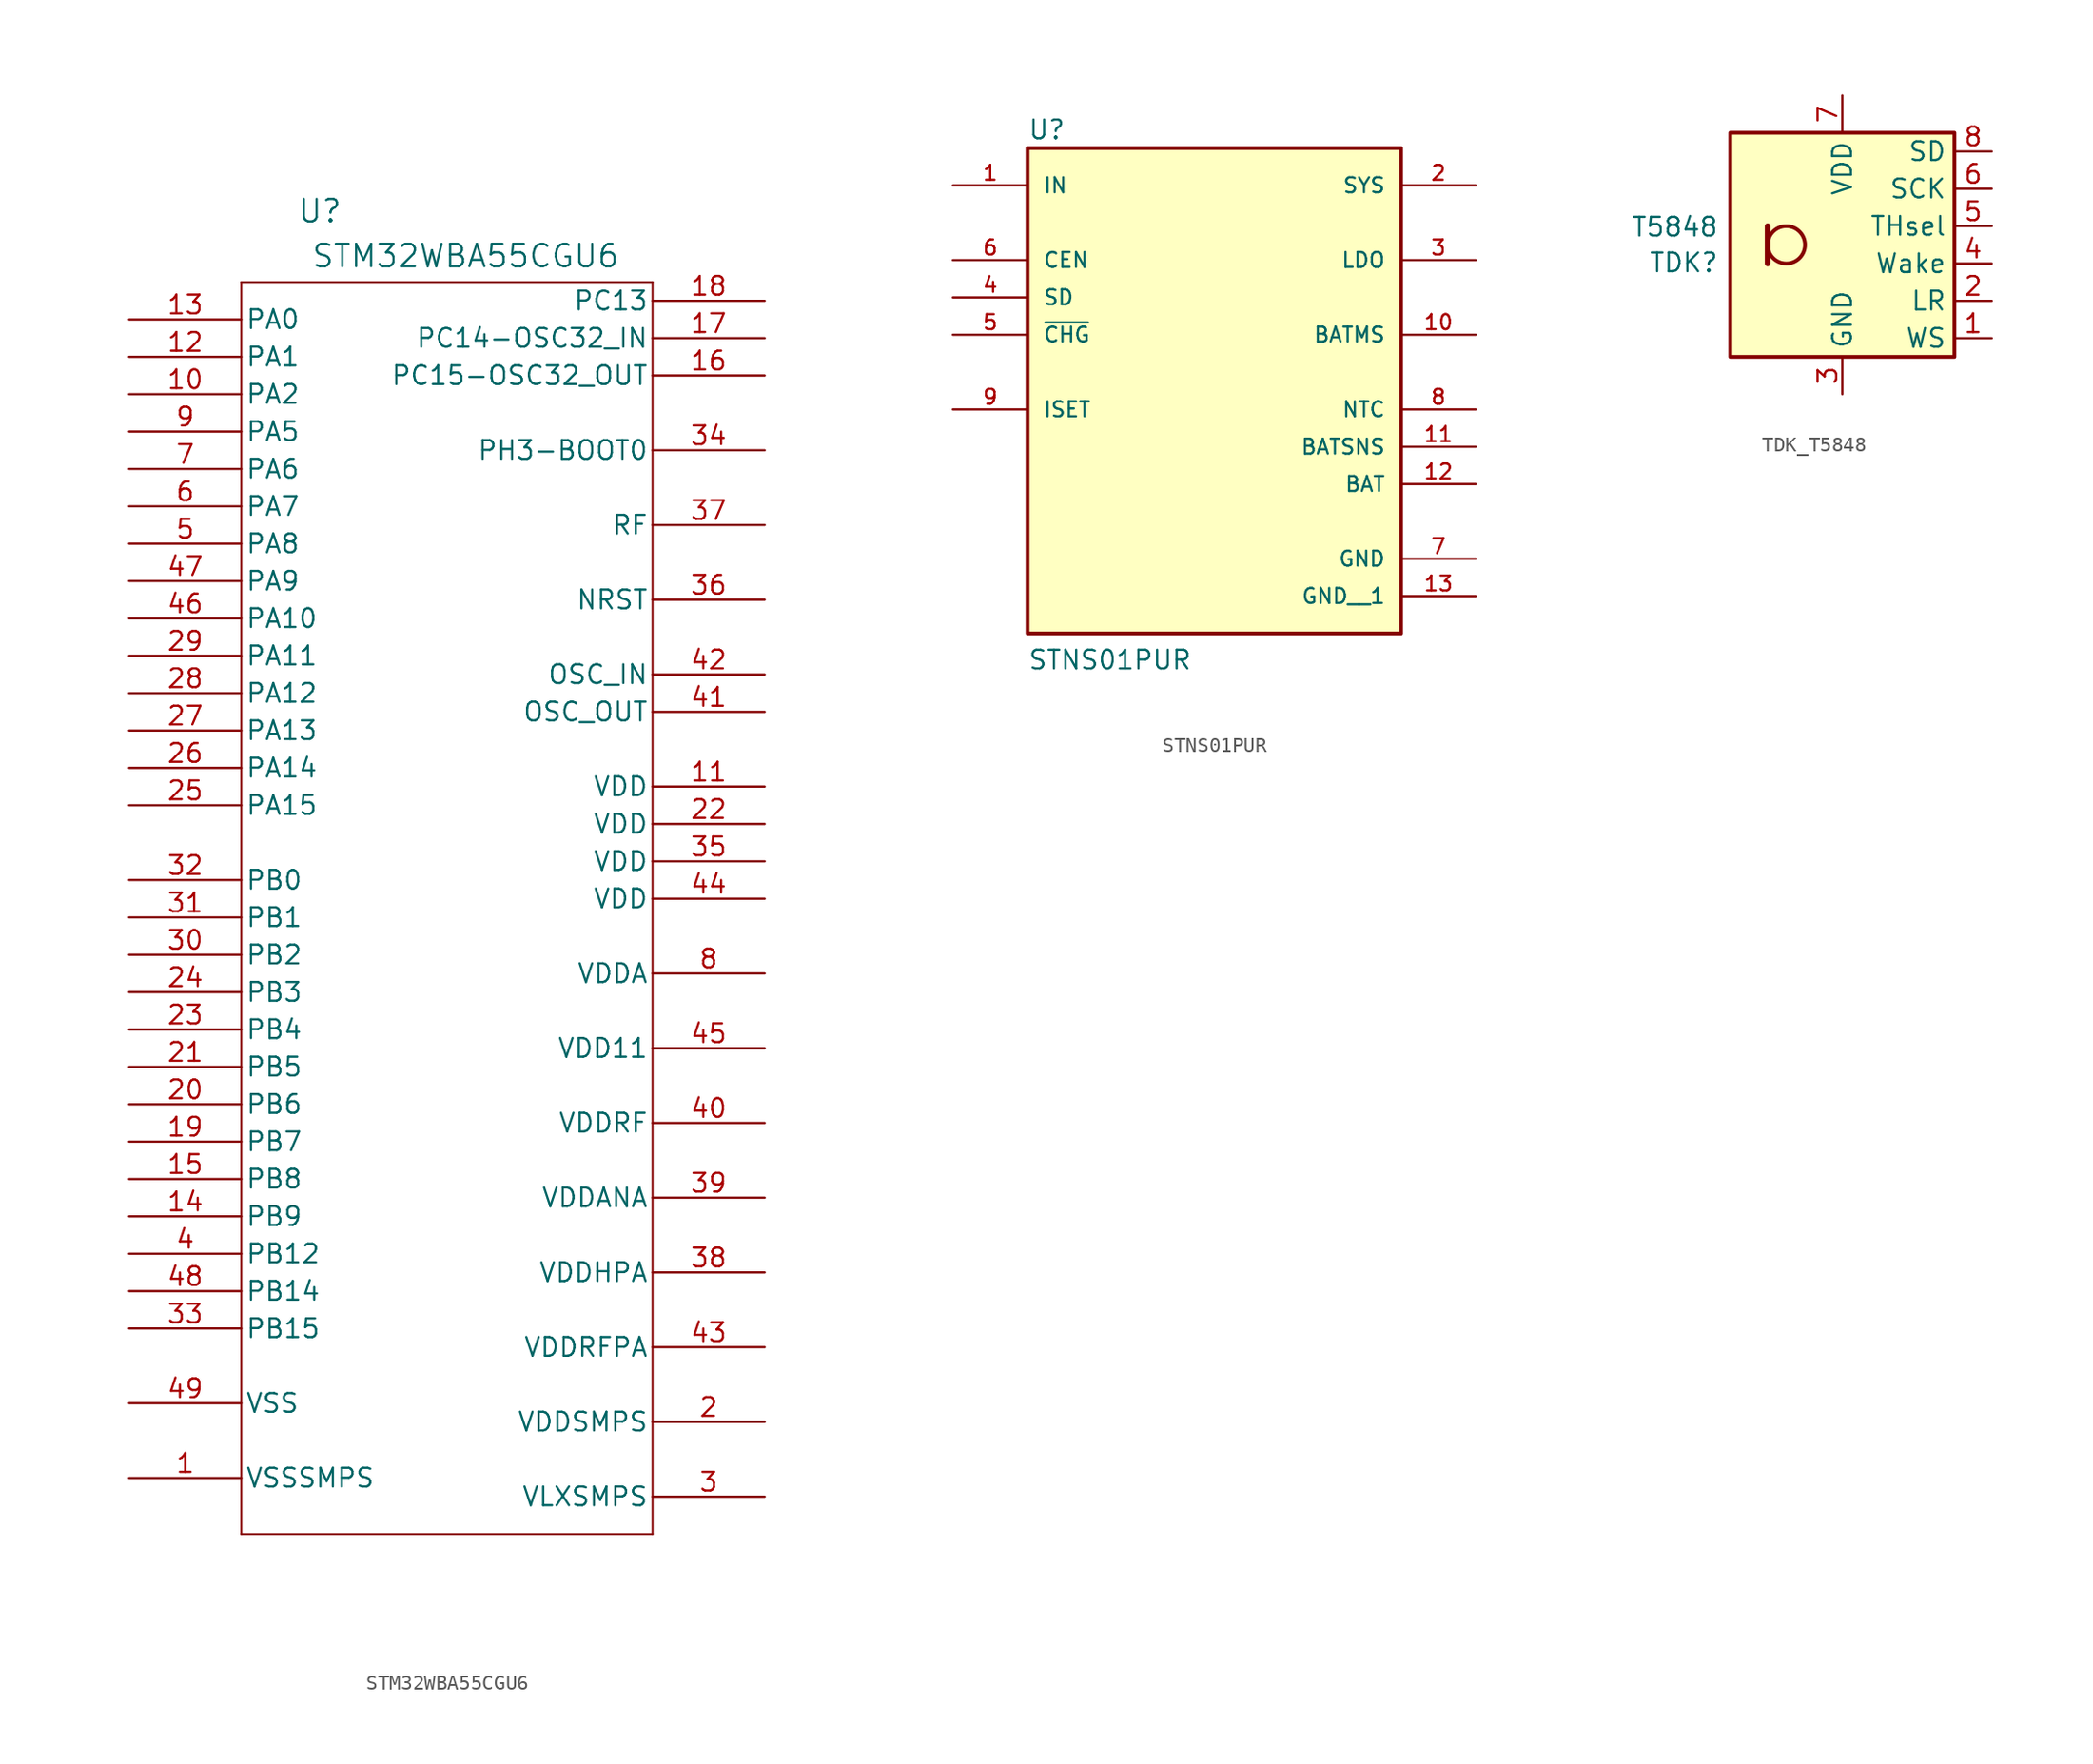
<source format=kicad_sym>
(kicad_symbol_lib
  (version 20231120)
  (generator "kicad_symbol_editor")
  (generator_version "8.0")
  (symbol "STM32WBA55CGU6"
    (pin_names
      (offset 0.254))
    (property "Reference" "U"
      (at 5.334 4.826 0)
      (effects (font (size 1.524 1.524))))
    (property "Value" "STM32WBA55CGU6"
      (at 15.24 1.778 0)
      (effects (font (size 1.524 1.524))))
    (property "ki_locked" ""
      (at 0 0 0)
      (effects (font (size 1.27 1.27))))
    (symbol "STM32WBA55CGU6_0_1"
      (polyline (pts (xy 0 -85.09) (xy 27.94 -85.09)) (stroke (width 0.127) (type default)) (fill (type none)))
      (polyline (pts (xy 0 0) (xy 0 -85.09)) (stroke (width 0.127) (type default)) (fill (type none)))
      (polyline (pts (xy 27.94 -85.09) (xy 27.94 0)) (stroke (width 0.127) (type default)) (fill (type none)))
      (polyline (pts (xy 27.94 0) (xy 0 0)) (stroke (width 0.127) (type default)) (fill (type none)))
      (pin power_in line (at -7.62 -81.28 0) (length 7.62) (name "VSSSMPS" (effects (font (size 1.27 1.27)))) (number "1" (effects (font (size 1.27 1.27)))))
      (pin bidirectional line (at -7.62 -7.62 0) (length 7.62) (name "PA2" (effects (font (size 1.27 1.27)))) (number "10" (effects (font (size 1.27 1.27)))))
      (pin power_in line (at 35.56 -34.29 180) (length 7.62) (name "VDD" (effects (font (size 1.27 1.27)))) (number "11" (effects (font (size 1.27 1.27)))))
      (pin bidirectional line (at -7.62 -5.08 0) (length 7.62) (name "PA1" (effects (font (size 1.27 1.27)))) (number "12" (effects (font (size 1.27 1.27)))))
      (pin bidirectional line (at -7.62 -2.54 0) (length 7.62) (name "PA0" (effects (font (size 1.27 1.27)))) (number "13" (effects (font (size 1.27 1.27)))))
      (pin bidirectional line (at -7.62 -63.5 0) (length 7.62) (name "PB9" (effects (font (size 1.27 1.27)))) (number "14" (effects (font (size 1.27 1.27)))))
      (pin bidirectional line (at -7.62 -60.96 0) (length 7.62) (name "PB8" (effects (font (size 1.27 1.27)))) (number "15" (effects (font (size 1.27 1.27)))))
      (pin bidirectional line (at 35.56 -6.35 180) (length 7.62) (name "PC15-OSC32_OUT" (effects (font (size 1.27 1.27)))) (number "16" (effects (font (size 1.27 1.27)))))
      (pin bidirectional line (at 35.56 -3.81 180) (length 7.62) (name "PC14-OSC32_IN" (effects (font (size 1.27 1.27)))) (number "17" (effects (font (size 1.27 1.27)))))
      (pin bidirectional line (at 35.56 -1.27 180) (length 7.62) (name "PC13" (effects (font (size 1.27 1.27)))) (number "18" (effects (font (size 1.27 1.27)))))
      (pin bidirectional line (at -7.62 -58.42 0) (length 7.62) (name "PB7" (effects (font (size 1.27 1.27)))) (number "19" (effects (font (size 1.27 1.27)))))
      (pin power_in line (at 35.56 -77.47 180) (length 7.62) (name "VDDSMPS" (effects (font (size 1.27 1.27)))) (number "2" (effects (font (size 1.27 1.27)))))
      (pin bidirectional line (at -7.62 -55.88 0) (length 7.62) (name "PB6" (effects (font (size 1.27 1.27)))) (number "20" (effects (font (size 1.27 1.27)))))
      (pin bidirectional line (at -7.62 -53.34 0) (length 7.62) (name "PB5" (effects (font (size 1.27 1.27)))) (number "21" (effects (font (size 1.27 1.27)))))
      (pin power_in line (at 35.56 -36.83 180) (length 7.62) (name "VDD" (effects (font (size 1.27 1.27)))) (number "22" (effects (font (size 1.27 1.27)))))
      (pin bidirectional line (at -7.62 -50.8 0) (length 7.62) (name "PB4" (effects (font (size 1.27 1.27)))) (number "23" (effects (font (size 1.27 1.27)))))
      (pin bidirectional line (at -7.62 -48.26 0) (length 7.62) (name "PB3" (effects (font (size 1.27 1.27)))) (number "24" (effects (font (size 1.27 1.27)))))
      (pin bidirectional line (at -7.62 -35.56 0) (length 7.62) (name "PA15" (effects (font (size 1.27 1.27)))) (number "25" (effects (font (size 1.27 1.27)))))
      (pin bidirectional line (at -7.62 -33.02 0) (length 7.62) (name "PA14" (effects (font (size 1.27 1.27)))) (number "26" (effects (font (size 1.27 1.27)))))
      (pin bidirectional line (at -7.62 -30.48 0) (length 7.62) (name "PA13" (effects (font (size 1.27 1.27)))) (number "27" (effects (font (size 1.27 1.27)))))
      (pin bidirectional line (at -7.62 -27.94 0) (length 7.62) (name "PA12" (effects (font (size 1.27 1.27)))) (number "28" (effects (font (size 1.27 1.27)))))
      (pin bidirectional line (at -7.62 -25.4 0) (length 7.62) (name "PA11" (effects (font (size 1.27 1.27)))) (number "29" (effects (font (size 1.27 1.27)))))
      (pin power_in line (at 35.56 -82.55 180) (length 7.62) (name "VLXSMPS" (effects (font (size 1.27 1.27)))) (number "3" (effects (font (size 1.27 1.27)))))
      (pin bidirectional line (at -7.62 -45.72 0) (length 7.62) (name "PB2" (effects (font (size 1.27 1.27)))) (number "30" (effects (font (size 1.27 1.27)))))
      (pin bidirectional line (at -7.62 -43.18 0) (length 7.62) (name "PB1" (effects (font (size 1.27 1.27)))) (number "31" (effects (font (size 1.27 1.27)))))
      (pin bidirectional line (at -7.62 -40.64 0) (length 7.62) (name "PB0" (effects (font (size 1.27 1.27)))) (number "32" (effects (font (size 1.27 1.27)))))
      (pin bidirectional line (at -7.62 -71.12 0) (length 7.62) (name "PB15" (effects (font (size 1.27 1.27)))) (number "33" (effects (font (size 1.27 1.27)))))
      (pin bidirectional line (at 35.56 -11.43 180) (length 7.62) (name "PH3-BOOT0" (effects (font (size 1.27 1.27)))) (number "34" (effects (font (size 1.27 1.27)))))
      (pin power_in line (at 35.56 -39.37 180) (length 7.62) (name "VDD" (effects (font (size 1.27 1.27)))) (number "35" (effects (font (size 1.27 1.27)))))
      (pin bidirectional line (at 35.56 -21.59 180) (length 7.62) (name "NRST" (effects (font (size 1.27 1.27)))) (number "36" (effects (font (size 1.27 1.27)))))
      (pin bidirectional line (at 35.56 -16.51 180) (length 7.62) (name "RF" (effects (font (size 1.27 1.27)))) (number "37" (effects (font (size 1.27 1.27)))))
      (pin power_in line (at 35.56 -67.31 180) (length 7.62) (name "VDDHPA" (effects (font (size 1.27 1.27)))) (number "38" (effects (font (size 1.27 1.27)))))
      (pin power_in line (at 35.56 -62.23 180) (length 7.62) (name "VDDANA" (effects (font (size 1.27 1.27)))) (number "39" (effects (font (size 1.27 1.27)))))
      (pin bidirectional line (at -7.62 -66.04 0) (length 7.62) (name "PB12" (effects (font (size 1.27 1.27)))) (number "4" (effects (font (size 1.27 1.27)))))
      (pin power_in line (at 35.56 -57.15 180) (length 7.62) (name "VDDRF" (effects (font (size 1.27 1.27)))) (number "40" (effects (font (size 1.27 1.27)))))
      (pin output line (at 35.56 -29.21 180) (length 7.62) (name "OSC_OUT" (effects (font (size 1.27 1.27)))) (number "41" (effects (font (size 1.27 1.27)))))
      (pin input line (at 35.56 -26.67 180) (length 7.62) (name "OSC_IN" (effects (font (size 1.27 1.27)))) (number "42" (effects (font (size 1.27 1.27)))))
      (pin power_in line (at 35.56 -72.39 180) (length 7.62) (name "VDDRFPA" (effects (font (size 1.27 1.27)))) (number "43" (effects (font (size 1.27 1.27)))))
      (pin power_in line (at 35.56 -41.91 180) (length 7.62) (name "VDD" (effects (font (size 1.27 1.27)))) (number "44" (effects (font (size 1.27 1.27)))))
      (pin power_in line (at 35.56 -52.07 180) (length 7.62) (name "VDD11" (effects (font (size 1.27 1.27)))) (number "45" (effects (font (size 1.27 1.27)))))
      (pin bidirectional line (at -7.62 -22.86 0) (length 7.62) (name "PA10" (effects (font (size 1.27 1.27)))) (number "46" (effects (font (size 1.27 1.27)))))
      (pin bidirectional line (at -7.62 -20.32 0) (length 7.62) (name "PA9" (effects (font (size 1.27 1.27)))) (number "47" (effects (font (size 1.27 1.27)))))
      (pin bidirectional line (at -7.62 -68.58 0) (length 7.62) (name "PB14" (effects (font (size 1.27 1.27)))) (number "48" (effects (font (size 1.27 1.27)))))
      (pin power_in line (at -7.62 -76.2 0) (length 7.62) (name "VSS" (effects (font (size 1.27 1.27)))) (number "49" (effects (font (size 1.27 1.27)))))
      (pin bidirectional line (at -7.62 -17.78 0) (length 7.62) (name "PA8" (effects (font (size 1.27 1.27)))) (number "5" (effects (font (size 1.27 1.27)))))
      (pin bidirectional line (at -7.62 -15.24 0) (length 7.62) (name "PA7" (effects (font (size 1.27 1.27)))) (number "6" (effects (font (size 1.27 1.27)))))
      (pin bidirectional line (at -7.62 -12.7 0) (length 7.62) (name "PA6" (effects (font (size 1.27 1.27)))) (number "7" (effects (font (size 1.27 1.27)))))
      (pin power_in line (at 35.56 -46.99 180) (length 7.62) (name "VDDA" (effects (font (size 1.27 1.27)))) (number "8" (effects (font (size 1.27 1.27)))))
      (pin bidirectional line (at -7.62 -10.16 0) (length 7.62) (name "PA5" (effects (font (size 1.27 1.27)))) (number "9" (effects (font (size 1.27 1.27)))))))
  (symbol "STNS01PUR"
    (pin_names
      (offset 1.016))
    (property "Reference" "U"
      (at -12.7 15.748 0)
      (effects (font (size 1.27 1.27)) (justify left bottom)))
    (property "Value" "STNS01PUR"
      (at -12.7 -20.32 0)
      (effects (font (size 1.27 1.27)) (justify left bottom)))
    (symbol "STNS01PUR_0_0"
      (rectangle (start -12.7 -17.78) (end 12.7 15.24) (stroke (width 0.254) (type default)) (fill (type background)))
      (pin input line (at -17.78 12.7 0) (length 5.08) (name "IN" (effects (font (size 1.016 1.016)))) (number "1" (effects (font (size 1.016 1.016)))))
      (pin passive line (at 17.78 2.54 180) (length 5.08) (name "BATMS" (effects (font (size 1.016 1.016)))) (number "10" (effects (font (size 1.016 1.016)))))
      (pin passive line (at 17.78 -5.08 180) (length 5.08) (name "BATSNS" (effects (font (size 1.016 1.016)))) (number "11" (effects (font (size 1.016 1.016)))))
      (pin power_in line (at 17.78 -7.62 180) (length 5.08) (name "BAT" (effects (font (size 1.016 1.016)))) (number "12" (effects (font (size 1.016 1.016)))))
      (pin power_in line (at 17.78 -15.24 180) (length 5.08) (name "GND__1" (effects (font (size 1.016 1.016)))) (number "13" (effects (font (size 1.016 1.016)))))
      (pin output line (at 17.78 12.7 180) (length 5.08) (name "SYS" (effects (font (size 1.016 1.016)))) (number "2" (effects (font (size 1.016 1.016)))))
      (pin output line (at 17.78 7.62 180) (length 5.08) (name "LDO" (effects (font (size 1.016 1.016)))) (number "3" (effects (font (size 1.016 1.016)))))
      (pin input line (at -17.78 5.08 0) (length 5.08) (name "SD" (effects (font (size 1.016 1.016)))) (number "4" (effects (font (size 1.016 1.016)))))
      (pin output line (at -17.78 2.54 0) (length 5.08) (name "~{CHG}" (effects (font (size 1.016 1.016)))) (number "5" (effects (font (size 1.016 1.016)))))
      (pin input line (at -17.78 7.62 0) (length 5.08) (name "CEN" (effects (font (size 1.016 1.016)))) (number "6" (effects (font (size 1.016 1.016)))))
      (pin power_in line (at 17.78 -12.7 180) (length 5.08) (name "GND" (effects (font (size 1.016 1.016)))) (number "7" (effects (font (size 1.016 1.016)))))
      (pin passive line (at 17.78 -2.54 180) (length 5.08) (name "NTC" (effects (font (size 1.016 1.016)))) (number "8" (effects (font (size 1.016 1.016)))))
      (pin passive line (at -17.78 -2.54 0) (length 5.08) (name "ISET" (effects (font (size 1.016 1.016)))) (number "9" (effects (font (size 1.016 1.016)))))))
  (symbol "TDK_T5848"
    (property "Reference" "TDK"
      (at -8.382 -1.212 0)
      (effects (font (size 1.27 1.27)) (justify right)))
    (property "Value" "T5848"
      (at -8.382 1.212 0)
      (effects (font (size 1.27 1.27)) (justify right)))
    (symbol "TDK_T5848_1_1"
      (rectangle (start -7.62 7.62) (end 7.62 -7.62) (stroke (width 0.254) (type default)) (fill (type background)))
      (circle (center -3.81 0) (radius 1.27) (stroke (width 0.254) (type default)) (fill (type none)))
      (polyline (pts (xy -5.08 1.27) (xy -5.08 -1.27)) (stroke (width 0.381) (type default)) (fill (type none)))
      (pin unspecified line (at 10.16 -6.35 180) (length 2.54) (name "WS" (effects (font (size 1.27 1.27)))) (number "1" (effects (font (size 1.27 1.27)))))
      (pin unspecified line (at 10.16 -3.81 180) (length 2.54) (name "LR" (effects (font (size 1.27 1.27)))) (number "2" (effects (font (size 1.27 1.27)))))
      (pin unspecified line (at 0 -10.16 90) (length 2.54) (name "GND" (effects (font (size 1.27 1.27)))) (number "3" (effects (font (size 1.27 1.27)))))
      (pin unspecified line (at 10.16 -1.27 180) (length 2.54) (name "Wake" (effects (font (size 1.27 1.27)))) (number "4" (effects (font (size 1.27 1.27)))))
      (pin unspecified line (at 10.16 1.27 180) (length 2.54) (name "THsel" (effects (font (size 1.27 1.27)))) (number "5" (effects (font (size 1.27 1.27)))))
      (pin unspecified line (at 10.16 3.81 180) (length 2.54) (name "SCK" (effects (font (size 1.27 1.27)))) (number "6" (effects (font (size 1.27 1.27)))))
      (pin unspecified line (at 0 10.16 270) (length 2.54) (name "VDD" (effects (font (size 1.27 1.27)))) (number "7" (effects (font (size 1.27 1.27)))))
      (pin unspecified line (at 10.16 6.35 180) (length 2.54) (name "SD" (effects (font (size 1.27 1.27)))) (number "8" (effects (font (size 1.27 1.27))))))))
</source>
